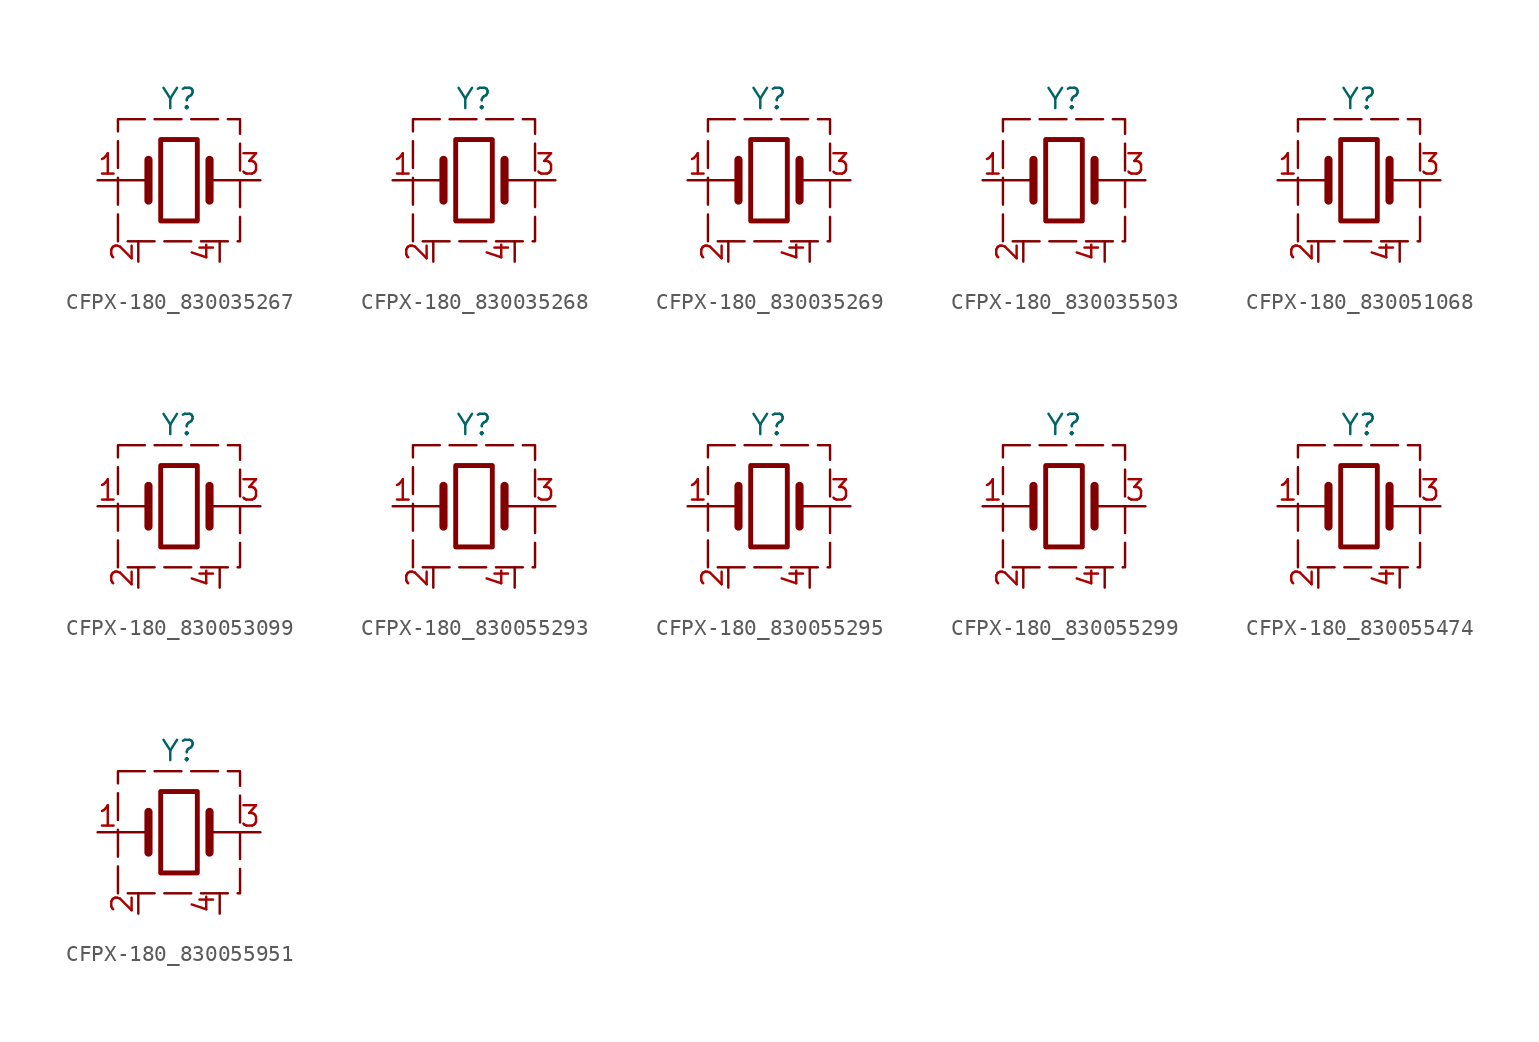
<source format=kicad_sym>
(kicad_symbol_lib
  (version 20220914)
  (generator kicad_symbol_editor)
  (symbol "CFPX-180_830035267"
    (pin_names hide)
    (property "Reference" "Y"
      (at 0 5.08 0)
      (effects (font (size 1.27 1.27))))
    (property "Critical Parameter" ""
      (at 0 -5.08 0)
      (effects (font (size 1.27 1.27)) (justify left)))
    (symbol "CFPX-180_830035267_0_1"
      (rectangle (start -1.143 2.54) (end 1.143 -2.54) (stroke (width 0.305) (type default)) (fill (type none)))
      (polyline (pts (xy -3.81 0) (xy -1.905 0)) (stroke (width 0) (type default)) (fill (type none)))
      (polyline (pts (xy -1.905 -1.27) (xy -1.905 1.27)) (stroke (width 0.508) (type default)) (fill (type none)))
      (polyline (pts (xy 1.905 -1.27) (xy 1.905 1.27)) (stroke (width 0.508) (type default)) (fill (type none)))
      (polyline (pts (xy 3.81 0) (xy 1.905 0)) (stroke (width 0) (type default)) (fill (type none))))
    (symbol "CFPX-180_830035267_1_1"
      (rectangle (start -3.81 3.81) (end 3.81 -3.81) (stroke (width 0) (type dash)) (fill (type none)))
      (pin passive line (at -5.08 0 0) (length 1.27) (name "1" (effects (font (size 1.27 1.27)))) (number "1" (effects (font (size 1.27 1.27)))))
      (pin passive line (at -2.54 -5.08 90) (length 1.27) (name "GND" (effects (font (size 1.27 1.27)))) (number "2" (effects (font (size 1.27 1.27)))))
      (pin passive line (at 5.08 0 180) (length 1.27) (name "3" (effects (font (size 1.27 1.27)))) (number "3" (effects (font (size 1.27 1.27)))))
      (pin passive line (at 2.54 -5.08 90) (length 1.27) (name "GND1" (effects (font (size 1.27 1.27)))) (number "4" (effects (font (size 1.27 1.27)))))))
  (symbol "CFPX-180_830035268"
    (pin_names hide)
    (property "Reference" "Y"
      (at 0 5.08 0)
      (effects (font (size 1.27 1.27))))
    (property "Critical Parameter" ""
      (at 0 -5.08 0)
      (effects (font (size 1.27 1.27)) (justify left)))
    (symbol "CFPX-180_830035268_0_1"
      (rectangle (start -1.143 2.54) (end 1.143 -2.54) (stroke (width 0.305) (type default)) (fill (type none)))
      (polyline (pts (xy -3.81 0) (xy -1.905 0)) (stroke (width 0) (type default)) (fill (type none)))
      (polyline (pts (xy -1.905 -1.27) (xy -1.905 1.27)) (stroke (width 0.508) (type default)) (fill (type none)))
      (polyline (pts (xy 1.905 -1.27) (xy 1.905 1.27)) (stroke (width 0.508) (type default)) (fill (type none)))
      (polyline (pts (xy 3.81 0) (xy 1.905 0)) (stroke (width 0) (type default)) (fill (type none))))
    (symbol "CFPX-180_830035268_1_1"
      (rectangle (start -3.81 3.81) (end 3.81 -3.81) (stroke (width 0) (type dash)) (fill (type none)))
      (pin passive line (at -5.08 0 0) (length 1.27) (name "1" (effects (font (size 1.27 1.27)))) (number "1" (effects (font (size 1.27 1.27)))))
      (pin passive line (at -2.54 -5.08 90) (length 1.27) (name "GND" (effects (font (size 1.27 1.27)))) (number "2" (effects (font (size 1.27 1.27)))))
      (pin passive line (at 5.08 0 180) (length 1.27) (name "3" (effects (font (size 1.27 1.27)))) (number "3" (effects (font (size 1.27 1.27)))))
      (pin passive line (at 2.54 -5.08 90) (length 1.27) (name "GND1" (effects (font (size 1.27 1.27)))) (number "4" (effects (font (size 1.27 1.27)))))))
  (symbol "CFPX-180_830035269"
    (pin_names hide)
    (property "Reference" "Y"
      (at 0 5.08 0)
      (effects (font (size 1.27 1.27))))
    (property "Critical Parameter" ""
      (at 0 -5.08 0)
      (effects (font (size 1.27 1.27)) (justify left)))
    (symbol "CFPX-180_830035269_0_1"
      (rectangle (start -1.143 2.54) (end 1.143 -2.54) (stroke (width 0.305) (type default)) (fill (type none)))
      (polyline (pts (xy -3.81 0) (xy -1.905 0)) (stroke (width 0) (type default)) (fill (type none)))
      (polyline (pts (xy -1.905 -1.27) (xy -1.905 1.27)) (stroke (width 0.508) (type default)) (fill (type none)))
      (polyline (pts (xy 1.905 -1.27) (xy 1.905 1.27)) (stroke (width 0.508) (type default)) (fill (type none)))
      (polyline (pts (xy 3.81 0) (xy 1.905 0)) (stroke (width 0) (type default)) (fill (type none))))
    (symbol "CFPX-180_830035269_1_1"
      (rectangle (start -3.81 3.81) (end 3.81 -3.81) (stroke (width 0) (type dash)) (fill (type none)))
      (pin passive line (at -5.08 0 0) (length 1.27) (name "1" (effects (font (size 1.27 1.27)))) (number "1" (effects (font (size 1.27 1.27)))))
      (pin passive line (at -2.54 -5.08 90) (length 1.27) (name "GND" (effects (font (size 1.27 1.27)))) (number "2" (effects (font (size 1.27 1.27)))))
      (pin passive line (at 5.08 0 180) (length 1.27) (name "3" (effects (font (size 1.27 1.27)))) (number "3" (effects (font (size 1.27 1.27)))))
      (pin passive line (at 2.54 -5.08 90) (length 1.27) (name "GND1" (effects (font (size 1.27 1.27)))) (number "4" (effects (font (size 1.27 1.27)))))))
  (symbol "CFPX-180_830035503"
    (pin_names hide)
    (property "Reference" "Y"
      (at 0 5.08 0)
      (effects (font (size 1.27 1.27))))
    (property "Critical Parameter" ""
      (at 0 -5.08 0)
      (effects (font (size 1.27 1.27)) (justify left)))
    (symbol "CFPX-180_830035503_0_1"
      (rectangle (start -1.143 2.54) (end 1.143 -2.54) (stroke (width 0.305) (type default)) (fill (type none)))
      (polyline (pts (xy -3.81 0) (xy -1.905 0)) (stroke (width 0) (type default)) (fill (type none)))
      (polyline (pts (xy -1.905 -1.27) (xy -1.905 1.27)) (stroke (width 0.508) (type default)) (fill (type none)))
      (polyline (pts (xy 1.905 -1.27) (xy 1.905 1.27)) (stroke (width 0.508) (type default)) (fill (type none)))
      (polyline (pts (xy 3.81 0) (xy 1.905 0)) (stroke (width 0) (type default)) (fill (type none))))
    (symbol "CFPX-180_830035503_1_1"
      (rectangle (start -3.81 3.81) (end 3.81 -3.81) (stroke (width 0) (type dash)) (fill (type none)))
      (pin passive line (at -5.08 0 0) (length 1.27) (name "1" (effects (font (size 1.27 1.27)))) (number "1" (effects (font (size 1.27 1.27)))))
      (pin passive line (at -2.54 -5.08 90) (length 1.27) (name "GND" (effects (font (size 1.27 1.27)))) (number "2" (effects (font (size 1.27 1.27)))))
      (pin passive line (at 5.08 0 180) (length 1.27) (name "3" (effects (font (size 1.27 1.27)))) (number "3" (effects (font (size 1.27 1.27)))))
      (pin passive line (at 2.54 -5.08 90) (length 1.27) (name "GND1" (effects (font (size 1.27 1.27)))) (number "4" (effects (font (size 1.27 1.27)))))))
  (symbol "CFPX-180_830051068"
    (pin_names hide)
    (property "Reference" "Y"
      (at 0 5.08 0)
      (effects (font (size 1.27 1.27))))
    (property "Critical Parameter" ""
      (at 0 -5.08 0)
      (effects (font (size 1.27 1.27)) (justify left)))
    (symbol "CFPX-180_830051068_0_1"
      (rectangle (start -1.143 2.54) (end 1.143 -2.54) (stroke (width 0.305) (type default)) (fill (type none)))
      (polyline (pts (xy -3.81 0) (xy -1.905 0)) (stroke (width 0) (type default)) (fill (type none)))
      (polyline (pts (xy -1.905 -1.27) (xy -1.905 1.27)) (stroke (width 0.508) (type default)) (fill (type none)))
      (polyline (pts (xy 1.905 -1.27) (xy 1.905 1.27)) (stroke (width 0.508) (type default)) (fill (type none)))
      (polyline (pts (xy 3.81 0) (xy 1.905 0)) (stroke (width 0) (type default)) (fill (type none))))
    (symbol "CFPX-180_830051068_1_1"
      (rectangle (start -3.81 3.81) (end 3.81 -3.81) (stroke (width 0) (type dash)) (fill (type none)))
      (pin passive line (at -5.08 0 0) (length 1.27) (name "1" (effects (font (size 1.27 1.27)))) (number "1" (effects (font (size 1.27 1.27)))))
      (pin passive line (at -2.54 -5.08 90) (length 1.27) (name "GND" (effects (font (size 1.27 1.27)))) (number "2" (effects (font (size 1.27 1.27)))))
      (pin passive line (at 5.08 0 180) (length 1.27) (name "3" (effects (font (size 1.27 1.27)))) (number "3" (effects (font (size 1.27 1.27)))))
      (pin passive line (at 2.54 -5.08 90) (length 1.27) (name "GND1" (effects (font (size 1.27 1.27)))) (number "4" (effects (font (size 1.27 1.27)))))))
  (symbol "CFPX-180_830053099"
    (pin_names hide)
    (property "Reference" "Y"
      (at 0 5.08 0)
      (effects (font (size 1.27 1.27))))
    (property "Critical Parameter" ""
      (at 0 -5.08 0)
      (effects (font (size 1.27 1.27)) (justify left)))
    (symbol "CFPX-180_830053099_0_1"
      (rectangle (start -1.143 2.54) (end 1.143 -2.54) (stroke (width 0.305) (type default)) (fill (type none)))
      (polyline (pts (xy -3.81 0) (xy -1.905 0)) (stroke (width 0) (type default)) (fill (type none)))
      (polyline (pts (xy -1.905 -1.27) (xy -1.905 1.27)) (stroke (width 0.508) (type default)) (fill (type none)))
      (polyline (pts (xy 1.905 -1.27) (xy 1.905 1.27)) (stroke (width 0.508) (type default)) (fill (type none)))
      (polyline (pts (xy 3.81 0) (xy 1.905 0)) (stroke (width 0) (type default)) (fill (type none))))
    (symbol "CFPX-180_830053099_1_1"
      (rectangle (start -3.81 3.81) (end 3.81 -3.81) (stroke (width 0) (type dash)) (fill (type none)))
      (pin passive line (at -5.08 0 0) (length 1.27) (name "1" (effects (font (size 1.27 1.27)))) (number "1" (effects (font (size 1.27 1.27)))))
      (pin passive line (at -2.54 -5.08 90) (length 1.27) (name "GND" (effects (font (size 1.27 1.27)))) (number "2" (effects (font (size 1.27 1.27)))))
      (pin passive line (at 5.08 0 180) (length 1.27) (name "3" (effects (font (size 1.27 1.27)))) (number "3" (effects (font (size 1.27 1.27)))))
      (pin passive line (at 2.54 -5.08 90) (length 1.27) (name "GND1" (effects (font (size 1.27 1.27)))) (number "4" (effects (font (size 1.27 1.27)))))))
  (symbol "CFPX-180_830055293"
    (pin_names hide)
    (property "Reference" "Y"
      (at 0 5.08 0)
      (effects (font (size 1.27 1.27))))
    (property "Critical Parameter" ""
      (at 0 -5.08 0)
      (effects (font (size 1.27 1.27)) (justify left)))
    (symbol "CFPX-180_830055293_0_1"
      (rectangle (start -1.143 2.54) (end 1.143 -2.54) (stroke (width 0.305) (type default)) (fill (type none)))
      (polyline (pts (xy -3.81 0) (xy -1.905 0)) (stroke (width 0) (type default)) (fill (type none)))
      (polyline (pts (xy -1.905 -1.27) (xy -1.905 1.27)) (stroke (width 0.508) (type default)) (fill (type none)))
      (polyline (pts (xy 1.905 -1.27) (xy 1.905 1.27)) (stroke (width 0.508) (type default)) (fill (type none)))
      (polyline (pts (xy 3.81 0) (xy 1.905 0)) (stroke (width 0) (type default)) (fill (type none))))
    (symbol "CFPX-180_830055293_1_1"
      (rectangle (start -3.81 3.81) (end 3.81 -3.81) (stroke (width 0) (type dash)) (fill (type none)))
      (pin passive line (at -5.08 0 0) (length 1.27) (name "1" (effects (font (size 1.27 1.27)))) (number "1" (effects (font (size 1.27 1.27)))))
      (pin passive line (at -2.54 -5.08 90) (length 1.27) (name "GND" (effects (font (size 1.27 1.27)))) (number "2" (effects (font (size 1.27 1.27)))))
      (pin passive line (at 5.08 0 180) (length 1.27) (name "3" (effects (font (size 1.27 1.27)))) (number "3" (effects (font (size 1.27 1.27)))))
      (pin passive line (at 2.54 -5.08 90) (length 1.27) (name "GND1" (effects (font (size 1.27 1.27)))) (number "4" (effects (font (size 1.27 1.27)))))))
  (symbol "CFPX-180_830055295"
    (pin_names hide)
    (property "Reference" "Y"
      (at 0 5.08 0)
      (effects (font (size 1.27 1.27))))
    (property "Critical Parameter" ""
      (at 0 -5.08 0)
      (effects (font (size 1.27 1.27)) (justify left)))
    (symbol "CFPX-180_830055295_0_1"
      (rectangle (start -1.143 2.54) (end 1.143 -2.54) (stroke (width 0.305) (type default)) (fill (type none)))
      (polyline (pts (xy -3.81 0) (xy -1.905 0)) (stroke (width 0) (type default)) (fill (type none)))
      (polyline (pts (xy -1.905 -1.27) (xy -1.905 1.27)) (stroke (width 0.508) (type default)) (fill (type none)))
      (polyline (pts (xy 1.905 -1.27) (xy 1.905 1.27)) (stroke (width 0.508) (type default)) (fill (type none)))
      (polyline (pts (xy 3.81 0) (xy 1.905 0)) (stroke (width 0) (type default)) (fill (type none))))
    (symbol "CFPX-180_830055295_1_1"
      (rectangle (start -3.81 3.81) (end 3.81 -3.81) (stroke (width 0) (type dash)) (fill (type none)))
      (pin passive line (at -5.08 0 0) (length 1.27) (name "1" (effects (font (size 1.27 1.27)))) (number "1" (effects (font (size 1.27 1.27)))))
      (pin passive line (at -2.54 -5.08 90) (length 1.27) (name "GND" (effects (font (size 1.27 1.27)))) (number "2" (effects (font (size 1.27 1.27)))))
      (pin passive line (at 5.08 0 180) (length 1.27) (name "3" (effects (font (size 1.27 1.27)))) (number "3" (effects (font (size 1.27 1.27)))))
      (pin passive line (at 2.54 -5.08 90) (length 1.27) (name "GND1" (effects (font (size 1.27 1.27)))) (number "4" (effects (font (size 1.27 1.27)))))))
  (symbol "CFPX-180_830055299"
    (pin_names hide)
    (property "Reference" "Y"
      (at 0 5.08 0)
      (effects (font (size 1.27 1.27))))
    (property "Critical Parameter" ""
      (at 0 -5.08 0)
      (effects (font (size 1.27 1.27)) (justify left)))
    (symbol "CFPX-180_830055299_0_1"
      (rectangle (start -1.143 2.54) (end 1.143 -2.54) (stroke (width 0.305) (type default)) (fill (type none)))
      (polyline (pts (xy -3.81 0) (xy -1.905 0)) (stroke (width 0) (type default)) (fill (type none)))
      (polyline (pts (xy -1.905 -1.27) (xy -1.905 1.27)) (stroke (width 0.508) (type default)) (fill (type none)))
      (polyline (pts (xy 1.905 -1.27) (xy 1.905 1.27)) (stroke (width 0.508) (type default)) (fill (type none)))
      (polyline (pts (xy 3.81 0) (xy 1.905 0)) (stroke (width 0) (type default)) (fill (type none))))
    (symbol "CFPX-180_830055299_1_1"
      (rectangle (start -3.81 3.81) (end 3.81 -3.81) (stroke (width 0) (type dash)) (fill (type none)))
      (pin passive line (at -5.08 0 0) (length 1.27) (name "1" (effects (font (size 1.27 1.27)))) (number "1" (effects (font (size 1.27 1.27)))))
      (pin passive line (at -2.54 -5.08 90) (length 1.27) (name "GND" (effects (font (size 1.27 1.27)))) (number "2" (effects (font (size 1.27 1.27)))))
      (pin passive line (at 5.08 0 180) (length 1.27) (name "3" (effects (font (size 1.27 1.27)))) (number "3" (effects (font (size 1.27 1.27)))))
      (pin passive line (at 2.54 -5.08 90) (length 1.27) (name "GND1" (effects (font (size 1.27 1.27)))) (number "4" (effects (font (size 1.27 1.27)))))))
  (symbol "CFPX-180_830055474"
    (pin_names hide)
    (property "Reference" "Y"
      (at 0 5.08 0)
      (effects (font (size 1.27 1.27))))
    (property "Critical Parameter" ""
      (at 0 -5.08 0)
      (effects (font (size 1.27 1.27)) (justify left)))
    (symbol "CFPX-180_830055474_0_1"
      (rectangle (start -1.143 2.54) (end 1.143 -2.54) (stroke (width 0.305) (type default)) (fill (type none)))
      (polyline (pts (xy -3.81 0) (xy -1.905 0)) (stroke (width 0) (type default)) (fill (type none)))
      (polyline (pts (xy -1.905 -1.27) (xy -1.905 1.27)) (stroke (width 0.508) (type default)) (fill (type none)))
      (polyline (pts (xy 1.905 -1.27) (xy 1.905 1.27)) (stroke (width 0.508) (type default)) (fill (type none)))
      (polyline (pts (xy 3.81 0) (xy 1.905 0)) (stroke (width 0) (type default)) (fill (type none))))
    (symbol "CFPX-180_830055474_1_1"
      (rectangle (start -3.81 3.81) (end 3.81 -3.81) (stroke (width 0) (type dash)) (fill (type none)))
      (pin passive line (at -5.08 0 0) (length 1.27) (name "1" (effects (font (size 1.27 1.27)))) (number "1" (effects (font (size 1.27 1.27)))))
      (pin passive line (at -2.54 -5.08 90) (length 1.27) (name "GND" (effects (font (size 1.27 1.27)))) (number "2" (effects (font (size 1.27 1.27)))))
      (pin passive line (at 5.08 0 180) (length 1.27) (name "3" (effects (font (size 1.27 1.27)))) (number "3" (effects (font (size 1.27 1.27)))))
      (pin passive line (at 2.54 -5.08 90) (length 1.27) (name "GND1" (effects (font (size 1.27 1.27)))) (number "4" (effects (font (size 1.27 1.27)))))))
  (symbol "CFPX-180_830055951"
    (pin_names hide)
    (property "Reference" "Y"
      (at 0 5.08 0)
      (effects (font (size 1.27 1.27))))
    (property "Critical Parameter" ""
      (at 0 -5.08 0)
      (effects (font (size 1.27 1.27)) (justify left)))
    (symbol "CFPX-180_830055951_0_1"
      (rectangle (start -1.143 2.54) (end 1.143 -2.54) (stroke (width 0.305) (type default)) (fill (type none)))
      (polyline (pts (xy -3.81 0) (xy -1.905 0)) (stroke (width 0) (type default)) (fill (type none)))
      (polyline (pts (xy -1.905 -1.27) (xy -1.905 1.27)) (stroke (width 0.508) (type default)) (fill (type none)))
      (polyline (pts (xy 1.905 -1.27) (xy 1.905 1.27)) (stroke (width 0.508) (type default)) (fill (type none)))
      (polyline (pts (xy 3.81 0) (xy 1.905 0)) (stroke (width 0) (type default)) (fill (type none))))
    (symbol "CFPX-180_830055951_1_1"
      (rectangle (start -3.81 3.81) (end 3.81 -3.81) (stroke (width 0) (type dash)) (fill (type none)))
      (pin passive line (at -5.08 0 0) (length 1.27) (name "1" (effects (font (size 1.27 1.27)))) (number "1" (effects (font (size 1.27 1.27)))))
      (pin passive line (at -2.54 -5.08 90) (length 1.27) (name "GND" (effects (font (size 1.27 1.27)))) (number "2" (effects (font (size 1.27 1.27)))))
      (pin passive line (at 5.08 0 180) (length 1.27) (name "3" (effects (font (size 1.27 1.27)))) (number "3" (effects (font (size 1.27 1.27)))))
      (pin passive line (at 2.54 -5.08 90) (length 1.27) (name "GND1" (effects (font (size 1.27 1.27)))) (number "4" (effects (font (size 1.27 1.27))))))))
</source>
